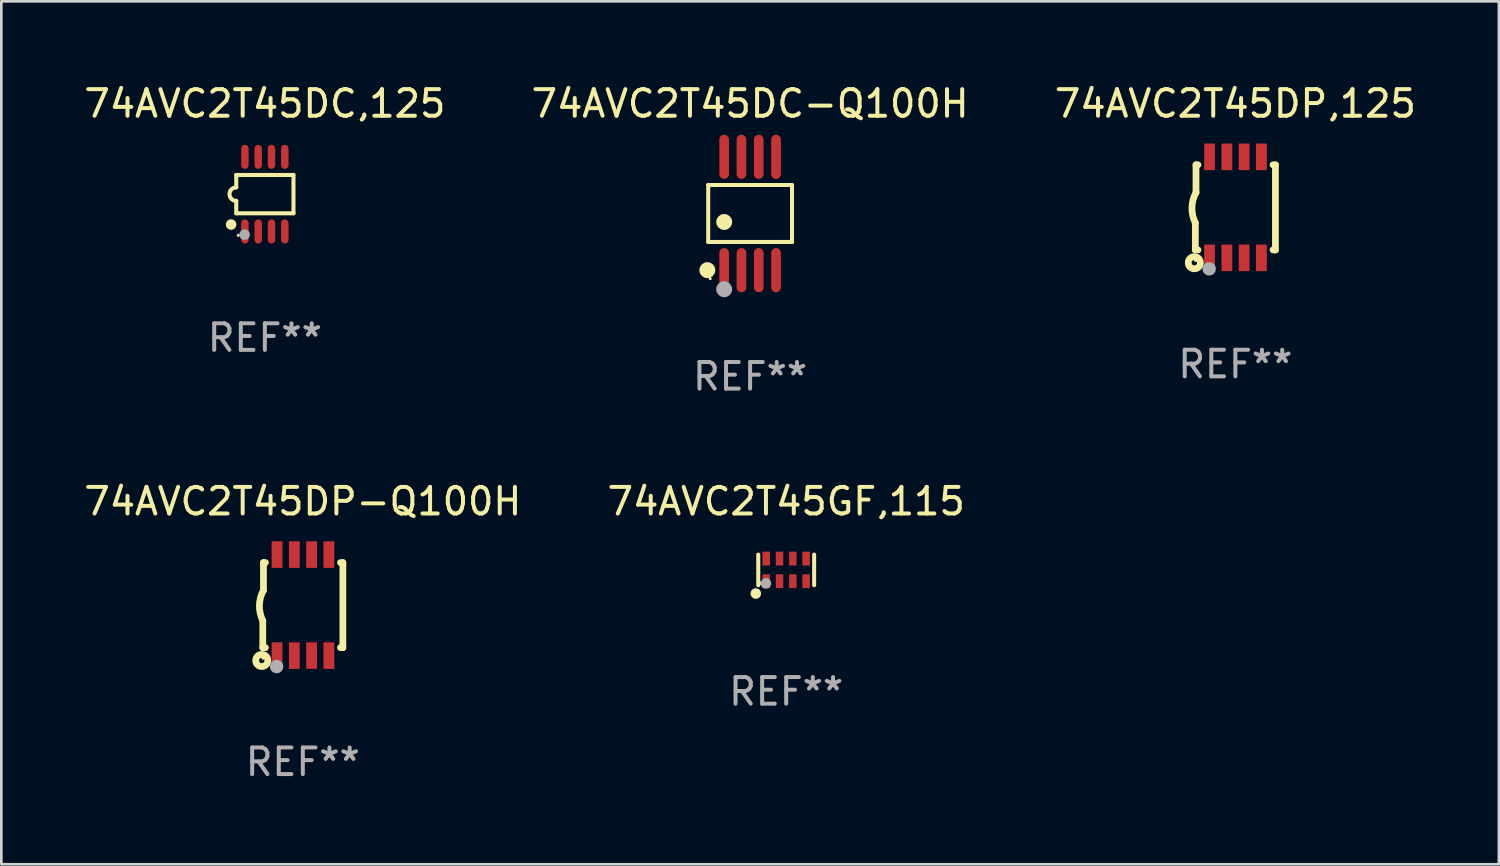
<source format=kicad_pcb>
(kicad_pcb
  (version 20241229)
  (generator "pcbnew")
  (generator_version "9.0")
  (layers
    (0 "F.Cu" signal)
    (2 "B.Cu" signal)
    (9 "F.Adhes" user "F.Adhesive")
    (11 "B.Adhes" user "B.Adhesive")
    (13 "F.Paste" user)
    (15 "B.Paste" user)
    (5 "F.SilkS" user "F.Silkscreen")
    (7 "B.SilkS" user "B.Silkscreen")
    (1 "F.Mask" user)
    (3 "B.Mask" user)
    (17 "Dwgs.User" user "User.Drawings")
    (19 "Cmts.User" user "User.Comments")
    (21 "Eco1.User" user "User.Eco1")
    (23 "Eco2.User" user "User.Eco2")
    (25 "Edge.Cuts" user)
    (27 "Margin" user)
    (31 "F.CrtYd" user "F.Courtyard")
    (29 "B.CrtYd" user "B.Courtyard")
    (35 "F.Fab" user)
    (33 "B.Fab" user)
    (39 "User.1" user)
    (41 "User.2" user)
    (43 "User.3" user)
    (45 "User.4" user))
  (footprint "74AVC2T45GF,115"
    (layer "F.Cu")
    (at 26.518 18.383)
    (property "Reference" "74AVC2T45GF,115" (at 0 -2.576 0) (layer "F.SilkS") (effects (font (size 1 1) (thickness 0.15))))
    (attr through_hole)
    (fp_line (start -1.051 0.576) (end -1.051 -0.576) (stroke (width 0.152) (type solid)) (layer "F.SilkS"))
    (fp_line (start 1.051 -0.576) (end 1.051 0.576) (stroke (width 0.152) (type solid)) (layer "F.SilkS"))
    (fp_circle (center -1.143 0.889) (end -1.043 0.889) (stroke (width 0.2) (type solid)) (fill no) (layer "F.SilkS"))
    (fp_circle (center -0.975 0.5) (end -0.945 0.5) (stroke (width 0.06) (type solid)) (fill no) (layer "F.SilkS"))
    (fp_circle (center -0.762 0.508) (end -0.662 0.508) (stroke (width 0.2) (type solid)) (fill no) (layer "F.Fab"))
    (fp_text user "REF**" (at 0 4.576 0) (layer "F.Fab") (effects (font (size 1 1) (thickness 0.15))))
    (pad "1" smd rect (at -0.75 0.425) (size 0.28 0.521) (layers "F.Cu" "F.Mask" "F.Paste"))
    (pad "2" smd rect (at -0.25 0.425) (size 0.28 0.521) (layers "F.Cu" "F.Mask" "F.Paste"))
    (pad "3" smd rect (at 0.25 0.425) (size 0.28 0.521) (layers "F.Cu" "F.Mask" "F.Paste"))
    (pad "4" smd rect (at 0.75 0.425) (size 0.28 0.521) (layers "F.Cu" "F.Mask" "F.Paste"))
    (pad "5" smd rect (at 0.75 -0.425) (size 0.28 0.521) (layers "F.Cu" "F.Mask" "F.Paste"))
    (pad "6" smd rect (at 0.25 -0.425) (size 0.28 0.521) (layers "F.Cu" "F.Mask" "F.Paste"))
    (pad "7" smd rect (at -0.25 -0.425) (size 0.28 0.521) (layers "F.Cu" "F.Mask" "F.Paste"))
    (pad "8" smd rect (at -0.75 -0.425) (size 0.28 0.521) (layers "F.Cu" "F.Mask" "F.Paste")))
  (footprint "74AVC2T45DC-Q100H"
    (layer "F.Cu")
    (at 25.161 4.979)
    (property "Reference" "74AVC2T45DC-Q100H" (at 0 -4.131 0) (layer "F.SilkS") (effects (font (size 1 1) (thickness 0.15))))
    (attr through_hole)
    (fp_line (start -1.576 -1.071) (end 1.576 -1.071) (stroke (width 0.152) (type solid)) (layer "F.SilkS"))
    (fp_line (start -1.576 1.071) (end -1.576 -1.071) (stroke (width 0.152) (type solid)) (layer "F.SilkS"))
    (fp_line (start 1.576 -1.071) (end 1.576 1.071) (stroke (width 0.152) (type solid)) (layer "F.SilkS"))
    (fp_line (start 1.576 1.071) (end -1.576 1.071) (stroke (width 0.152) (type solid)) (layer "F.SilkS"))
    (fp_circle (center -1.609 2.131) (end -1.459 2.131) (stroke (width 0.3) (type solid)) (fill no) (layer "F.SilkS"))
    (fp_circle (center -1.5 2.45) (end -1.47 2.45) (stroke (width 0.06) (type solid)) (fill no) (layer "F.SilkS"))
    (fp_circle (center -0.975 0.319) (end -0.825 0.319) (stroke (width 0.3) (type solid)) (fill no) (layer "F.SilkS"))
    (fp_circle (center -0.975 2.85) (end -0.825 2.85) (stroke (width 0.3) (type solid)) (fill no) (layer "F.Fab"))
    (fp_text user "REF**" (at 0 6.131 0) (layer "F.Fab") (effects (font (size 1 1) (thickness 0.15))))
    (pad "1" smd oval (at -0.975 2.131) (size 0.364 1.662) (layers "F.Cu" "F.Mask" "F.Paste"))
    (pad "2" smd oval (at -0.325 2.131) (size 0.364 1.662) (layers "F.Cu" "F.Mask" "F.Paste"))
    (pad "3" smd oval (at 0.325 2.131) (size 0.364 1.662) (layers "F.Cu" "F.Mask" "F.Paste"))
    (pad "4" smd oval (at 0.975 2.131) (size 0.364 1.662) (layers "F.Cu" "F.Mask" "F.Paste"))
    (pad "5" smd oval (at 0.975 -2.131) (size 0.364 1.662) (layers "F.Cu" "F.Mask" "F.Paste"))
    (pad "6" smd oval (at 0.325 -2.131) (size 0.364 1.662) (layers "F.Cu" "F.Mask" "F.Paste"))
    (pad "7" smd oval (at -0.325 -2.131) (size 0.364 1.662) (layers "F.Cu" "F.Mask" "F.Paste"))
    (pad "8" smd oval (at -0.975 -2.131) (size 0.364 1.662) (layers "F.Cu" "F.Mask" "F.Paste")))
  (footprint "74AVC2T45DC,125"
    (layer "F.Cu")
    (at 6.911 4.251)
    (property "Reference" "74AVC2T45DC,125" (at 0 -3.403 0) (layer "F.SilkS") (effects (font (size 1 1) (thickness 0.15))))
    (attr through_hole)
    (fp_line (start -1.076 -0.721) (end 1.076 -0.721) (stroke (width 0.152) (type solid)) (layer "F.SilkS"))
    (fp_line (start -1.076 -0.254) (end -1.076 -0.721) (stroke (width 0.152) (type solid)) (layer "F.SilkS"))
    (fp_line (start -1.076 0.254) (end -1.076 0.721) (stroke (width 0.152) (type solid)) (layer "F.SilkS"))
    (fp_line (start 1.076 -0.721) (end 1.076 0.721) (stroke (width 0.152) (type solid)) (layer "F.SilkS"))
    (fp_line (start 1.076 0.721) (end -1.076 0.721) (stroke (width 0.152) (type solid)) (layer "F.SilkS"))
    (fp_arc (start -1.076226 0.254051) (mid -1.330226 0.000051) (end -1.076226 -0.253949) (stroke (width 0.151994) (type solid)) (layer "F.SilkS"))
    (fp_circle (center -1.27 1.143) (end -1.17 1.143) (stroke (width 0.2) (type solid)) (fill no) (layer "F.SilkS"))
    (fp_circle (center -1 1.55) (end -0.97 1.55) (stroke (width 0.06) (type solid)) (fill no) (layer "F.SilkS"))
    (fp_circle (center -0.762 1.524) (end -0.662 1.524) (stroke (width 0.2) (type solid)) (fill no) (layer "F.Fab"))
    (fp_text user "REF**" (at 0 5.403 0) (layer "F.Fab") (effects (font (size 1 1) (thickness 0.15))))
    (pad "1" smd oval (at -0.75 1.403) (size 0.28 0.905) (layers "F.Cu" "F.Mask" "F.Paste"))
    (pad "2" smd oval (at -0.25 1.403) (size 0.28 0.905) (layers "F.Cu" "F.Mask" "F.Paste"))
    (pad "3" smd oval (at 0.25 1.403) (size 0.28 0.905) (layers "F.Cu" "F.Mask" "F.Paste"))
    (pad "4" smd oval (at 0.75 1.403) (size 0.28 0.905) (layers "F.Cu" "F.Mask" "F.Paste"))
    (pad "5" smd oval (at 0.75 -1.403) (size 0.28 0.905) (layers "F.Cu" "F.Mask" "F.Paste"))
    (pad "6" smd oval (at 0.25 -1.403) (size 0.28 0.905) (layers "F.Cu" "F.Mask" "F.Paste"))
    (pad "7" smd oval (at -0.25 -1.403) (size 0.28 0.905) (layers "F.Cu" "F.Mask" "F.Paste"))
    (pad "8" smd oval (at -0.75 -1.403) (size 0.28 0.905) (layers "F.Cu" "F.Mask" "F.Paste")))
  (footprint "74AVC2T45DP,125"
    (layer "F.Cu")
    (at 43.411 4.748)
    (property "Reference" "74AVC2T45DP,125" (at 0 -3.9 0) (layer "F.SilkS") (effects (font (size 1 1) (thickness 0.15))))
    (attr through_hole)
    (fp_line (start -1.506 1.6) (end -1.506 0.584) (stroke (width 0.254) (type solid)) (layer "F.SilkS"))
    (fp_line (start -1.506 1.6) (end -1.407 1.6) (stroke (width 0.254) (type solid)) (layer "F.SilkS"))
    (fp_line (start -1.481 -1.599) (end -1.481 -0.549) (stroke (width 0.254) (type solid)) (layer "F.SilkS"))
    (fp_line (start -1.481 -1.599) (end -1.407 -1.599) (stroke (width 0.254) (type solid)) (layer "F.SilkS"))
    (fp_line (start 1.417 -1.599) (end 1.506 -1.599) (stroke (width 0.254) (type solid)) (layer "F.SilkS"))
    (fp_line (start 1.417 1.6) (end 1.506 1.6) (stroke (width 0.254) (type solid)) (layer "F.SilkS"))
    (fp_line (start 1.506 1.603) (end 1.506 -1.595) (stroke (width 0.254) (type solid)) (layer "F.SilkS"))
    (fp_arc (start -1.506223 0.584328) (mid -1.632455 0.00974) (end -1.480823 -0.558674) (stroke (width 0.254001) (type solid)) (layer "F.SilkS"))
    (fp_circle (center -1.544 2.083) (end -1.443 2.083) (stroke (width 0.254) (type solid)) (fill no) (layer "F.SilkS"))
    (fp_circle (center -1.495 2) (end -1.465 2) (stroke (width 0.06) (type solid)) (fill no) (layer "F.SilkS"))
    (fp_circle (center -0.986 2.312) (end -0.859 2.312) (stroke (width 0.254) (type solid)) (fill no) (layer "F.Fab"))
    (fp_text user "REF**" (at 0 5.9 0) (layer "F.Fab") (effects (font (size 1 1) (thickness 0.15))))
    (pad "1" smd rect (at -0.97 1.9 90) (size 1 0.406) (layers "F.Cu" "F.Mask" "F.Paste"))
    (pad "2" smd rect (at -0.32 1.9 90) (size 1 0.406) (layers "F.Cu" "F.Mask" "F.Paste"))
    (pad "3" smd rect (at 0.33 1.9 90) (size 1 0.406) (layers "F.Cu" "F.Mask" "F.Paste"))
    (pad "4" smd rect (at 0.98 1.9 90) (size 1 0.406) (layers "F.Cu" "F.Mask" "F.Paste"))
    (pad "5" smd rect (at 0.98 -1.9 90) (size 1 0.406) (layers "F.Cu" "F.Mask" "F.Paste"))
    (pad "6" smd rect (at 0.33 -1.9 90) (size 1 0.406) (layers "F.Cu" "F.Mask" "F.Paste"))
    (pad "7" smd rect (at -0.32 -1.9 90) (size 1 0.406) (layers "F.Cu" "F.Mask" "F.Paste"))
    (pad "8" smd rect (at -0.97 -1.9 90) (size 1 0.406) (layers "F.Cu" "F.Mask" "F.Paste")))
  (footprint "74AVC2T45DP-Q100H"
    (layer "F.Cu")
    (at 8.339 19.707)
    (property "Reference" "74AVC2T45DP-Q100H" (at 0 -3.9 0) (layer "F.SilkS") (effects (font (size 1 1) (thickness 0.15))))
    (attr through_hole)
    (fp_line (start -1.506 1.6) (end -1.506 0.584) (stroke (width 0.254) (type solid)) (layer "F.SilkS"))
    (fp_line (start -1.506 1.6) (end -1.407 1.6) (stroke (width 0.254) (type solid)) (layer "F.SilkS"))
    (fp_line (start -1.481 -1.599) (end -1.481 -0.549) (stroke (width 0.254) (type solid)) (layer "F.SilkS"))
    (fp_line (start -1.481 -1.599) (end -1.407 -1.599) (stroke (width 0.254) (type solid)) (layer "F.SilkS"))
    (fp_line (start 1.417 -1.599) (end 1.506 -1.599) (stroke (width 0.254) (type solid)) (layer "F.SilkS"))
    (fp_line (start 1.417 1.6) (end 1.506 1.6) (stroke (width 0.254) (type solid)) (layer "F.SilkS"))
    (fp_line (start 1.506 1.603) (end 1.506 -1.595) (stroke (width 0.254) (type solid)) (layer "F.SilkS"))
    (fp_arc (start -1.506223 0.584328) (mid -1.632455 0.00974) (end -1.480823 -0.558674) (stroke (width 0.254001) (type solid)) (layer "F.SilkS"))
    (fp_circle (center -1.544 2.083) (end -1.443 2.083) (stroke (width 0.254) (type solid)) (fill no) (layer "F.SilkS"))
    (fp_circle (center -1.495 2) (end -1.465 2) (stroke (width 0.06) (type solid)) (fill no) (layer "F.SilkS"))
    (fp_circle (center -0.986 2.312) (end -0.859 2.312) (stroke (width 0.254) (type solid)) (fill no) (layer "F.Fab"))
    (fp_text user "REF**" (at 0 5.9 0) (layer "F.Fab") (effects (font (size 1 1) (thickness 0.15))))
    (pad "1" smd rect (at -0.97 1.9 90) (size 1 0.406) (layers "F.Cu" "F.Mask" "F.Paste"))
    (pad "2" smd rect (at -0.32 1.9 90) (size 1 0.406) (layers "F.Cu" "F.Mask" "F.Paste"))
    (pad "3" smd rect (at 0.33 1.9 90) (size 1 0.406) (layers "F.Cu" "F.Mask" "F.Paste"))
    (pad "4" smd rect (at 0.98 1.9 90) (size 1 0.406) (layers "F.Cu" "F.Mask" "F.Paste"))
    (pad "5" smd rect (at 0.98 -1.9 90) (size 1 0.406) (layers "F.Cu" "F.Mask" "F.Paste"))
    (pad "6" smd rect (at 0.33 -1.9 90) (size 1 0.406) (layers "F.Cu" "F.Mask" "F.Paste"))
    (pad "7" smd rect (at -0.32 -1.9 90) (size 1 0.406) (layers "F.Cu" "F.Mask" "F.Paste"))
    (pad "8" smd rect (at -0.97 -1.9 90) (size 1 0.406) (layers "F.Cu" "F.Mask" "F.Paste")))
  (gr_rect
    (start -3 -3)
    (end 53.321 29.455)
    (stroke (width 0.1) (type default))
    (fill no)
    (layer "Edge.Cuts")))
</source>
